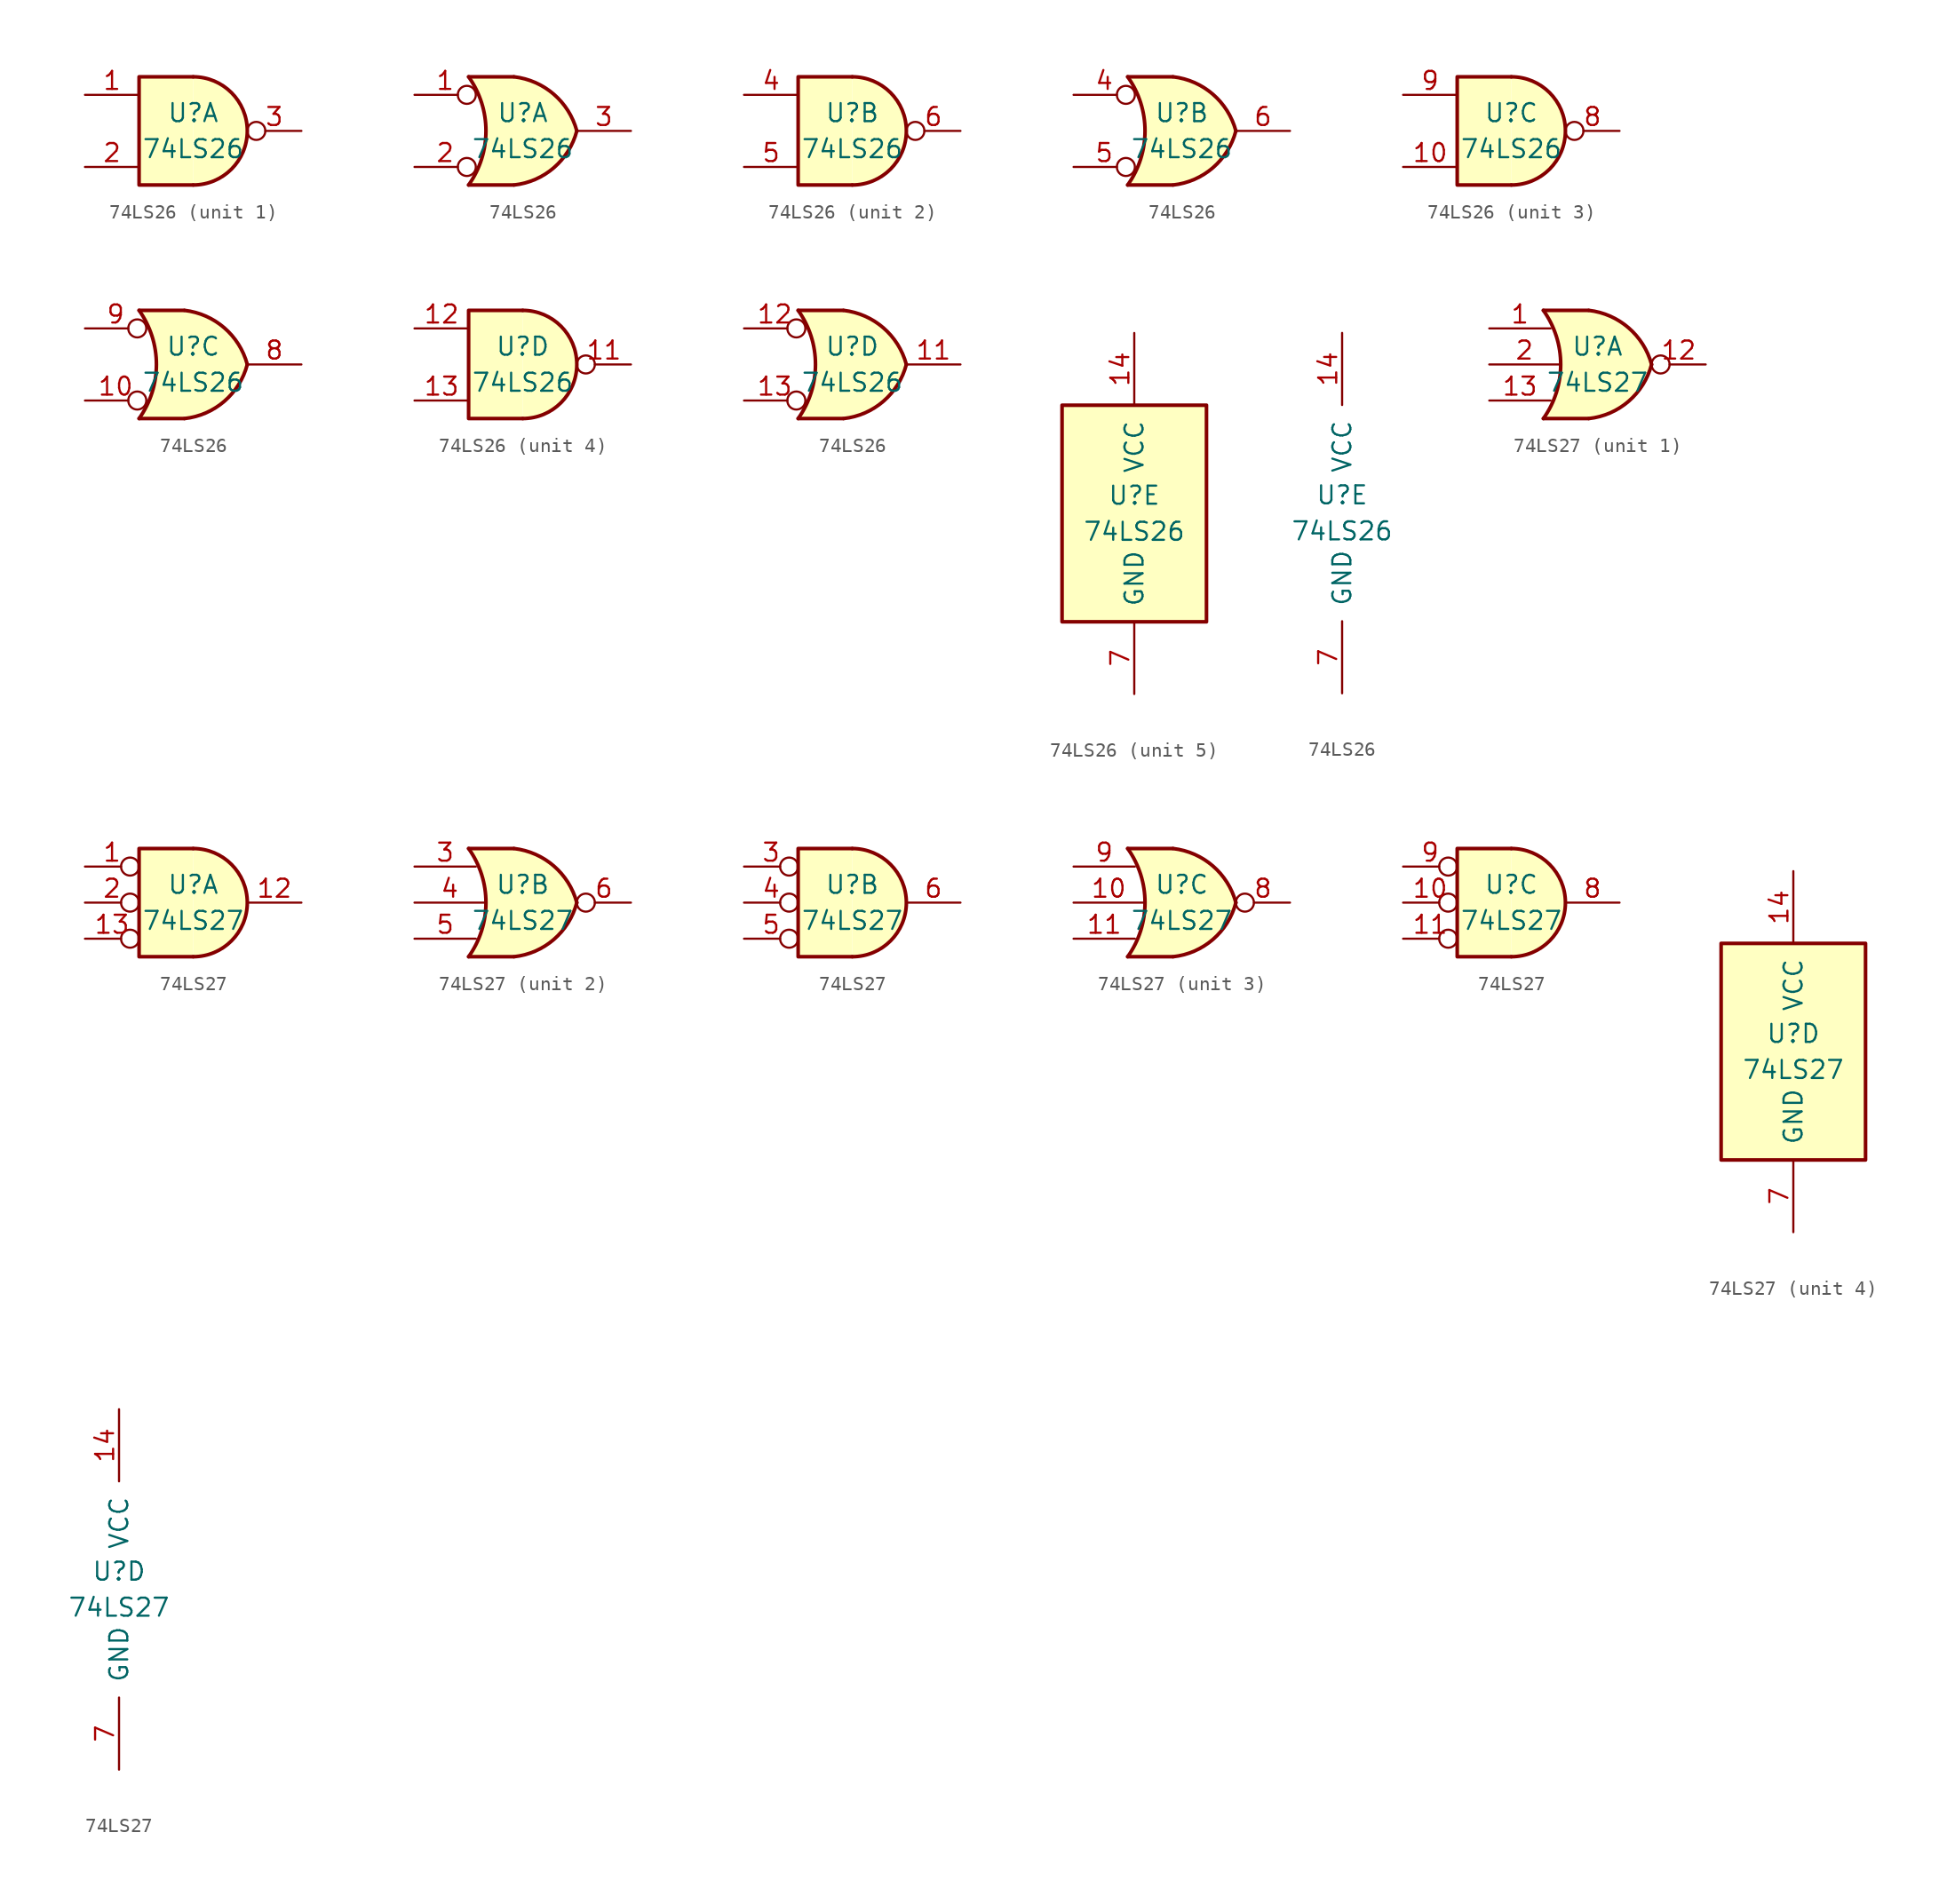
<source format=kicad_sym>
(kicad_symbol_lib
  (version 20241209)
  (generator "kicad_symbol_editor")
  (generator_version "9.0")
  (symbol "74LS26"
    (pin_names
      (offset 1.016))
    (property "Reference" "U"
      (at 0 1.27 0)
      (effects (font (size 1.27 1.27))))
    (property "Value" "74LS26"
      (at 0 -1.27 0)
      (effects (font (size 1.27 1.27))))
    (property "ki_locked" ""
      (at 0 0 0)
      (effects (font (size 1.27 1.27))))
    (symbol "74LS26_1_1"
      (polyline (pts (xy 0 3.81) (xy -3.81 3.81) (xy -3.81 -3.81) (xy 0 -3.81)) (stroke (width 0.254) (type solid)) (fill (type background)))
      (arc (start 0 3.81) (mid 3.81 0) (end 0 -3.81) (stroke (width 0.254) (type solid)) (fill (type background)))
      (pin input line (at -7.62 2.54 0) (length 3.81) (name "~" (effects (font (size 1.27 1.27)))) (number "1" (effects (font (size 1.27 1.27)))))
      (pin input line (at -7.62 -2.54 0) (length 3.81) (name "~" (effects (font (size 1.27 1.27)))) (number "2" (effects (font (size 1.27 1.27)))))
      (pin open_collector inverted (at 7.62 0 180) (length 3.81) (name "~" (effects (font (size 1.27 1.27)))) (number "3" (effects (font (size 1.27 1.27))))))
    (symbol "74LS26_1_2"
      (arc (start -3.81 3.81) (mid -2.589 0) (end -3.81 -3.81) (stroke (width 0.254) (type solid)) (fill (type none)))
      (polyline (pts (xy -3.81 3.81) (xy -0.635 3.81)) (stroke (width 0.254) (type solid)) (fill (type background)))
      (polyline (pts (xy -3.81 -3.81) (xy -0.635 -3.81)) (stroke (width 0.254) (type solid)) (fill (type background)))
      (arc (start 3.81 0) (mid 2.1915 -2.5936) (end -0.6096 -3.81) (stroke (width 0.254) (type solid)) (fill (type background)))
      (arc (start -0.6096 3.81) (mid 2.1842 2.5851) (end 3.81 0) (stroke (width 0.254) (type solid)) (fill (type background)))
      (polyline (pts (xy -0.635 3.81) (xy -3.81 3.81) (xy -3.81 3.81) (xy -3.556 3.404) (xy -3.023 2.261) (xy -2.692 1.041) (xy -2.616 -0.254) (xy -2.769 -1.499) (xy -3.175 -2.718) (xy -3.81 -3.81) (xy -3.81 -3.81) (xy -0.635 -3.81)) (stroke (width -25.4) (type solid)) (fill (type background)))
      (pin input inverted (at -7.62 2.54 0) (length 4.318) (name "~" (effects (font (size 1.27 1.27)))) (number "1" (effects (font (size 1.27 1.27)))))
      (pin input inverted (at -7.62 -2.54 0) (length 4.318) (name "~" (effects (font (size 1.27 1.27)))) (number "2" (effects (font (size 1.27 1.27)))))
      (pin open_collector line (at 7.62 0 180) (length 3.81) (name "~" (effects (font (size 1.27 1.27)))) (number "3" (effects (font (size 1.27 1.27))))))
    (symbol "74LS26_2_1"
      (polyline (pts (xy 0 3.81) (xy -3.81 3.81) (xy -3.81 -3.81) (xy 0 -3.81)) (stroke (width 0.254) (type solid)) (fill (type background)))
      (arc (start 0 3.81) (mid 3.81 0) (end 0 -3.81) (stroke (width 0.254) (type solid)) (fill (type background)))
      (pin input line (at -7.62 2.54 0) (length 3.81) (name "~" (effects (font (size 1.27 1.27)))) (number "4" (effects (font (size 1.27 1.27)))))
      (pin input line (at -7.62 -2.54 0) (length 3.81) (name "~" (effects (font (size 1.27 1.27)))) (number "5" (effects (font (size 1.27 1.27)))))
      (pin open_collector inverted (at 7.62 0 180) (length 3.81) (name "~" (effects (font (size 1.27 1.27)))) (number "6" (effects (font (size 1.27 1.27))))))
    (symbol "74LS26_2_2"
      (arc (start -3.81 3.81) (mid -2.589 0) (end -3.81 -3.81) (stroke (width 0.254) (type solid)) (fill (type none)))
      (polyline (pts (xy -3.81 3.81) (xy -0.635 3.81)) (stroke (width 0.254) (type solid)) (fill (type background)))
      (polyline (pts (xy -3.81 -3.81) (xy -0.635 -3.81)) (stroke (width 0.254) (type solid)) (fill (type background)))
      (arc (start 3.81 0) (mid 2.1915 -2.5936) (end -0.6096 -3.81) (stroke (width 0.254) (type solid)) (fill (type background)))
      (arc (start -0.6096 3.81) (mid 2.1842 2.5851) (end 3.81 0) (stroke (width 0.254) (type solid)) (fill (type background)))
      (polyline (pts (xy -0.635 3.81) (xy -3.81 3.81) (xy -3.81 3.81) (xy -3.556 3.404) (xy -3.023 2.261) (xy -2.692 1.041) (xy -2.616 -0.254) (xy -2.769 -1.499) (xy -3.175 -2.718) (xy -3.81 -3.81) (xy -3.81 -3.81) (xy -0.635 -3.81)) (stroke (width -25.4) (type solid)) (fill (type background)))
      (pin input inverted (at -7.62 2.54 0) (length 4.318) (name "~" (effects (font (size 1.27 1.27)))) (number "4" (effects (font (size 1.27 1.27)))))
      (pin input inverted (at -7.62 -2.54 0) (length 4.318) (name "~" (effects (font (size 1.27 1.27)))) (number "5" (effects (font (size 1.27 1.27)))))
      (pin open_collector line (at 7.62 0 180) (length 3.81) (name "~" (effects (font (size 1.27 1.27)))) (number "6" (effects (font (size 1.27 1.27))))))
    (symbol "74LS26_3_1"
      (polyline (pts (xy 0 3.81) (xy -3.81 3.81) (xy -3.81 -3.81) (xy 0 -3.81)) (stroke (width 0.254) (type solid)) (fill (type background)))
      (arc (start 0 3.81) (mid 3.81 0) (end 0 -3.81) (stroke (width 0.254) (type solid)) (fill (type background)))
      (pin input line (at -7.62 2.54 0) (length 3.81) (name "~" (effects (font (size 1.27 1.27)))) (number "9" (effects (font (size 1.27 1.27)))))
      (pin input line (at -7.62 -2.54 0) (length 3.81) (name "~" (effects (font (size 1.27 1.27)))) (number "10" (effects (font (size 1.27 1.27)))))
      (pin open_collector inverted (at 7.62 0 180) (length 3.81) (name "~" (effects (font (size 1.27 1.27)))) (number "8" (effects (font (size 1.27 1.27))))))
    (symbol "74LS26_3_2"
      (arc (start -3.81 3.81) (mid -2.589 0) (end -3.81 -3.81) (stroke (width 0.254) (type solid)) (fill (type none)))
      (polyline (pts (xy -3.81 3.81) (xy -0.635 3.81)) (stroke (width 0.254) (type solid)) (fill (type background)))
      (polyline (pts (xy -3.81 -3.81) (xy -0.635 -3.81)) (stroke (width 0.254) (type solid)) (fill (type background)))
      (arc (start 3.81 0) (mid 2.1915 -2.5936) (end -0.6096 -3.81) (stroke (width 0.254) (type solid)) (fill (type background)))
      (arc (start -0.6096 3.81) (mid 2.1842 2.5851) (end 3.81 0) (stroke (width 0.254) (type solid)) (fill (type background)))
      (polyline (pts (xy -0.635 3.81) (xy -3.81 3.81) (xy -3.81 3.81) (xy -3.556 3.404) (xy -3.023 2.261) (xy -2.692 1.041) (xy -2.616 -0.254) (xy -2.769 -1.499) (xy -3.175 -2.718) (xy -3.81 -3.81) (xy -3.81 -3.81) (xy -0.635 -3.81)) (stroke (width -25.4) (type solid)) (fill (type background)))
      (pin input inverted (at -7.62 2.54 0) (length 4.318) (name "~" (effects (font (size 1.27 1.27)))) (number "9" (effects (font (size 1.27 1.27)))))
      (pin input inverted (at -7.62 -2.54 0) (length 4.318) (name "~" (effects (font (size 1.27 1.27)))) (number "10" (effects (font (size 1.27 1.27)))))
      (pin open_collector line (at 7.62 0 180) (length 3.81) (name "~" (effects (font (size 1.27 1.27)))) (number "8" (effects (font (size 1.27 1.27))))))
    (symbol "74LS26_4_1"
      (polyline (pts (xy 0 3.81) (xy -3.81 3.81) (xy -3.81 -3.81) (xy 0 -3.81)) (stroke (width 0.254) (type solid)) (fill (type background)))
      (arc (start 0 3.81) (mid 3.81 0) (end 0 -3.81) (stroke (width 0.254) (type solid)) (fill (type background)))
      (pin input line (at -7.62 2.54 0) (length 3.81) (name "~" (effects (font (size 1.27 1.27)))) (number "12" (effects (font (size 1.27 1.27)))))
      (pin input line (at -7.62 -2.54 0) (length 3.81) (name "~" (effects (font (size 1.27 1.27)))) (number "13" (effects (font (size 1.27 1.27)))))
      (pin open_collector inverted (at 7.62 0 180) (length 3.81) (name "~" (effects (font (size 1.27 1.27)))) (number "11" (effects (font (size 1.27 1.27))))))
    (symbol "74LS26_4_2"
      (arc (start -3.81 3.81) (mid -2.589 0) (end -3.81 -3.81) (stroke (width 0.254) (type solid)) (fill (type none)))
      (polyline (pts (xy -3.81 3.81) (xy -0.635 3.81)) (stroke (width 0.254) (type solid)) (fill (type background)))
      (polyline (pts (xy -3.81 -3.81) (xy -0.635 -3.81)) (stroke (width 0.254) (type solid)) (fill (type background)))
      (arc (start 3.81 0) (mid 2.1915 -2.5936) (end -0.6096 -3.81) (stroke (width 0.254) (type solid)) (fill (type background)))
      (arc (start -0.6096 3.81) (mid 2.1842 2.5851) (end 3.81 0) (stroke (width 0.254) (type solid)) (fill (type background)))
      (polyline (pts (xy -0.635 3.81) (xy -3.81 3.81) (xy -3.81 3.81) (xy -3.556 3.404) (xy -3.023 2.261) (xy -2.692 1.041) (xy -2.616 -0.254) (xy -2.769 -1.499) (xy -3.175 -2.718) (xy -3.81 -3.81) (xy -3.81 -3.81) (xy -0.635 -3.81)) (stroke (width -25.4) (type solid)) (fill (type background)))
      (pin input inverted (at -7.62 2.54 0) (length 4.318) (name "~" (effects (font (size 1.27 1.27)))) (number "12" (effects (font (size 1.27 1.27)))))
      (pin input inverted (at -7.62 -2.54 0) (length 4.318) (name "~" (effects (font (size 1.27 1.27)))) (number "13" (effects (font (size 1.27 1.27)))))
      (pin open_collector line (at 7.62 0 180) (length 3.81) (name "~" (effects (font (size 1.27 1.27)))) (number "11" (effects (font (size 1.27 1.27))))))
    (symbol "74LS26_5_0"
      (pin power_in line (at 0 12.7 270) (length 5.08) (name "VCC" (effects (font (size 1.27 1.27)))) (number "14" (effects (font (size 1.27 1.27)))))
      (pin power_in line (at 0 -12.7 90) (length 5.08) (name "GND" (effects (font (size 1.27 1.27)))) (number "7" (effects (font (size 1.27 1.27))))))
    (symbol "74LS26_5_1"
      (rectangle (start -5.08 7.62) (end 5.08 -7.62) (stroke (width 0.254) (type solid)) (fill (type background)))))
  (symbol "74LS27"
    (pin_names
      (offset 1.016))
    (property "Reference" "U"
      (at 0 1.27 0)
      (effects (font (size 1.27 1.27))))
    (property "Value" "74LS27"
      (at 0 -1.27 0)
      (effects (font (size 1.27 1.27))))
    (property "ki_locked" ""
      (at 0 0 0)
      (effects (font (size 1.27 1.27))))
    (symbol "74LS27_1_1"
      (arc (start -3.81 3.81) (mid -2.589 0) (end -3.81 -3.81) (stroke (width 0.254) (type solid)) (fill (type none)))
      (polyline (pts (xy -3.81 3.81) (xy -0.635 3.81)) (stroke (width 0.254) (type solid)) (fill (type background)))
      (polyline (pts (xy -3.81 -3.81) (xy -0.635 -3.81)) (stroke (width 0.254) (type solid)) (fill (type background)))
      (arc (start 3.81 0) (mid 2.1915 -2.5936) (end -0.6096 -3.81) (stroke (width 0.254) (type solid)) (fill (type background)))
      (arc (start -0.6096 3.81) (mid 2.1842 2.5851) (end 3.81 0) (stroke (width 0.254) (type solid)) (fill (type background)))
      (polyline (pts (xy -0.635 3.81) (xy -3.81 3.81) (xy -3.81 3.81) (xy -3.556 3.404) (xy -3.023 2.261) (xy -2.692 1.041) (xy -2.616 -0.254) (xy -2.769 -1.499) (xy -3.175 -2.718) (xy -3.81 -3.81) (xy -3.81 -3.81) (xy -0.635 -3.81)) (stroke (width -25.4) (type solid)) (fill (type background)))
      (pin input line (at -7.62 2.54 0) (length 4.318) (name "~" (effects (font (size 1.27 1.27)))) (number "1" (effects (font (size 1.27 1.27)))))
      (pin input line (at -7.62 0 0) (length 4.953) (name "~" (effects (font (size 1.27 1.27)))) (number "2" (effects (font (size 1.27 1.27)))))
      (pin input line (at -7.62 -2.54 0) (length 4.318) (name "~" (effects (font (size 1.27 1.27)))) (number "13" (effects (font (size 1.27 1.27)))))
      (pin output inverted (at 7.62 0 180) (length 3.81) (name "~" (effects (font (size 1.27 1.27)))) (number "12" (effects (font (size 1.27 1.27))))))
    (symbol "74LS27_1_2"
      (polyline (pts (xy 0 3.81) (xy -3.81 3.81) (xy -3.81 -3.81) (xy 0 -3.81)) (stroke (width 0.254) (type solid)) (fill (type background)))
      (arc (start 0 3.81) (mid 3.81 0) (end 0 -3.81) (stroke (width 0.254) (type solid)) (fill (type background)))
      (pin input inverted (at -7.62 2.54 0) (length 3.81) (name "~" (effects (font (size 1.27 1.27)))) (number "1" (effects (font (size 1.27 1.27)))))
      (pin input inverted (at -7.62 0 0) (length 3.81) (name "~" (effects (font (size 1.27 1.27)))) (number "2" (effects (font (size 1.27 1.27)))))
      (pin input inverted (at -7.62 -2.54 0) (length 3.81) (name "~" (effects (font (size 1.27 1.27)))) (number "13" (effects (font (size 1.27 1.27)))))
      (pin output line (at 7.62 0 180) (length 3.81) (name "~" (effects (font (size 1.27 1.27)))) (number "12" (effects (font (size 1.27 1.27))))))
    (symbol "74LS27_2_1"
      (arc (start -3.81 3.81) (mid -2.589 0) (end -3.81 -3.81) (stroke (width 0.254) (type solid)) (fill (type none)))
      (polyline (pts (xy -3.81 3.81) (xy -0.635 3.81)) (stroke (width 0.254) (type solid)) (fill (type background)))
      (polyline (pts (xy -3.81 -3.81) (xy -0.635 -3.81)) (stroke (width 0.254) (type solid)) (fill (type background)))
      (arc (start 3.81 0) (mid 2.1915 -2.5936) (end -0.6096 -3.81) (stroke (width 0.254) (type solid)) (fill (type background)))
      (arc (start -0.6096 3.81) (mid 2.1842 2.5851) (end 3.81 0) (stroke (width 0.254) (type solid)) (fill (type background)))
      (polyline (pts (xy -0.635 3.81) (xy -3.81 3.81) (xy -3.81 3.81) (xy -3.556 3.404) (xy -3.023 2.261) (xy -2.692 1.041) (xy -2.616 -0.254) (xy -2.769 -1.499) (xy -3.175 -2.718) (xy -3.81 -3.81) (xy -3.81 -3.81) (xy -0.635 -3.81)) (stroke (width -25.4) (type solid)) (fill (type background)))
      (pin input line (at -7.62 2.54 0) (length 4.318) (name "~" (effects (font (size 1.27 1.27)))) (number "3" (effects (font (size 1.27 1.27)))))
      (pin input line (at -7.62 0 0) (length 4.953) (name "~" (effects (font (size 1.27 1.27)))) (number "4" (effects (font (size 1.27 1.27)))))
      (pin input line (at -7.62 -2.54 0) (length 4.318) (name "~" (effects (font (size 1.27 1.27)))) (number "5" (effects (font (size 1.27 1.27)))))
      (pin output inverted (at 7.62 0 180) (length 3.81) (name "~" (effects (font (size 1.27 1.27)))) (number "6" (effects (font (size 1.27 1.27))))))
    (symbol "74LS27_2_2"
      (polyline (pts (xy 0 3.81) (xy -3.81 3.81) (xy -3.81 -3.81) (xy 0 -3.81)) (stroke (width 0.254) (type solid)) (fill (type background)))
      (arc (start 0 3.81) (mid 3.81 0) (end 0 -3.81) (stroke (width 0.254) (type solid)) (fill (type background)))
      (pin input inverted (at -7.62 2.54 0) (length 3.81) (name "~" (effects (font (size 1.27 1.27)))) (number "3" (effects (font (size 1.27 1.27)))))
      (pin input inverted (at -7.62 0 0) (length 3.81) (name "~" (effects (font (size 1.27 1.27)))) (number "4" (effects (font (size 1.27 1.27)))))
      (pin input inverted (at -7.62 -2.54 0) (length 3.81) (name "~" (effects (font (size 1.27 1.27)))) (number "5" (effects (font (size 1.27 1.27)))))
      (pin output line (at 7.62 0 180) (length 3.81) (name "~" (effects (font (size 1.27 1.27)))) (number "6" (effects (font (size 1.27 1.27))))))
    (symbol "74LS27_3_1"
      (arc (start -3.81 3.81) (mid -2.589 0) (end -3.81 -3.81) (stroke (width 0.254) (type solid)) (fill (type none)))
      (polyline (pts (xy -3.81 3.81) (xy -0.635 3.81)) (stroke (width 0.254) (type solid)) (fill (type background)))
      (polyline (pts (xy -3.81 -3.81) (xy -0.635 -3.81)) (stroke (width 0.254) (type solid)) (fill (type background)))
      (arc (start 3.81 0) (mid 2.1915 -2.5936) (end -0.6096 -3.81) (stroke (width 0.254) (type solid)) (fill (type background)))
      (arc (start -0.6096 3.81) (mid 2.1842 2.5851) (end 3.81 0) (stroke (width 0.254) (type solid)) (fill (type background)))
      (polyline (pts (xy -0.635 3.81) (xy -3.81 3.81) (xy -3.81 3.81) (xy -3.556 3.404) (xy -3.023 2.261) (xy -2.692 1.041) (xy -2.616 -0.254) (xy -2.769 -1.499) (xy -3.175 -2.718) (xy -3.81 -3.81) (xy -3.81 -3.81) (xy -0.635 -3.81)) (stroke (width -25.4) (type solid)) (fill (type background)))
      (pin input line (at -7.62 2.54 0) (length 4.318) (name "~" (effects (font (size 1.27 1.27)))) (number "9" (effects (font (size 1.27 1.27)))))
      (pin input line (at -7.62 0 0) (length 4.953) (name "~" (effects (font (size 1.27 1.27)))) (number "10" (effects (font (size 1.27 1.27)))))
      (pin input line (at -7.62 -2.54 0) (length 4.318) (name "~" (effects (font (size 1.27 1.27)))) (number "11" (effects (font (size 1.27 1.27)))))
      (pin output inverted (at 7.62 0 180) (length 3.81) (name "~" (effects (font (size 1.27 1.27)))) (number "8" (effects (font (size 1.27 1.27))))))
    (symbol "74LS27_3_2"
      (polyline (pts (xy 0 3.81) (xy -3.81 3.81) (xy -3.81 -3.81) (xy 0 -3.81)) (stroke (width 0.254) (type solid)) (fill (type background)))
      (arc (start 0 3.81) (mid 3.81 0) (end 0 -3.81) (stroke (width 0.254) (type solid)) (fill (type background)))
      (pin input inverted (at -7.62 2.54 0) (length 3.81) (name "~" (effects (font (size 1.27 1.27)))) (number "9" (effects (font (size 1.27 1.27)))))
      (pin input inverted (at -7.62 0 0) (length 3.81) (name "~" (effects (font (size 1.27 1.27)))) (number "10" (effects (font (size 1.27 1.27)))))
      (pin input inverted (at -7.62 -2.54 0) (length 3.81) (name "~" (effects (font (size 1.27 1.27)))) (number "11" (effects (font (size 1.27 1.27)))))
      (pin output line (at 7.62 0 180) (length 3.81) (name "~" (effects (font (size 1.27 1.27)))) (number "8" (effects (font (size 1.27 1.27))))))
    (symbol "74LS27_4_0"
      (pin power_in line (at 0 12.7 270) (length 5.08) (name "VCC" (effects (font (size 1.27 1.27)))) (number "14" (effects (font (size 1.27 1.27)))))
      (pin power_in line (at 0 -12.7 90) (length 5.08) (name "GND" (effects (font (size 1.27 1.27)))) (number "7" (effects (font (size 1.27 1.27))))))
    (symbol "74LS27_4_1"
      (rectangle (start -5.08 7.62) (end 5.08 -7.62) (stroke (width 0.254) (type solid)) (fill (type background))))))
</source>
